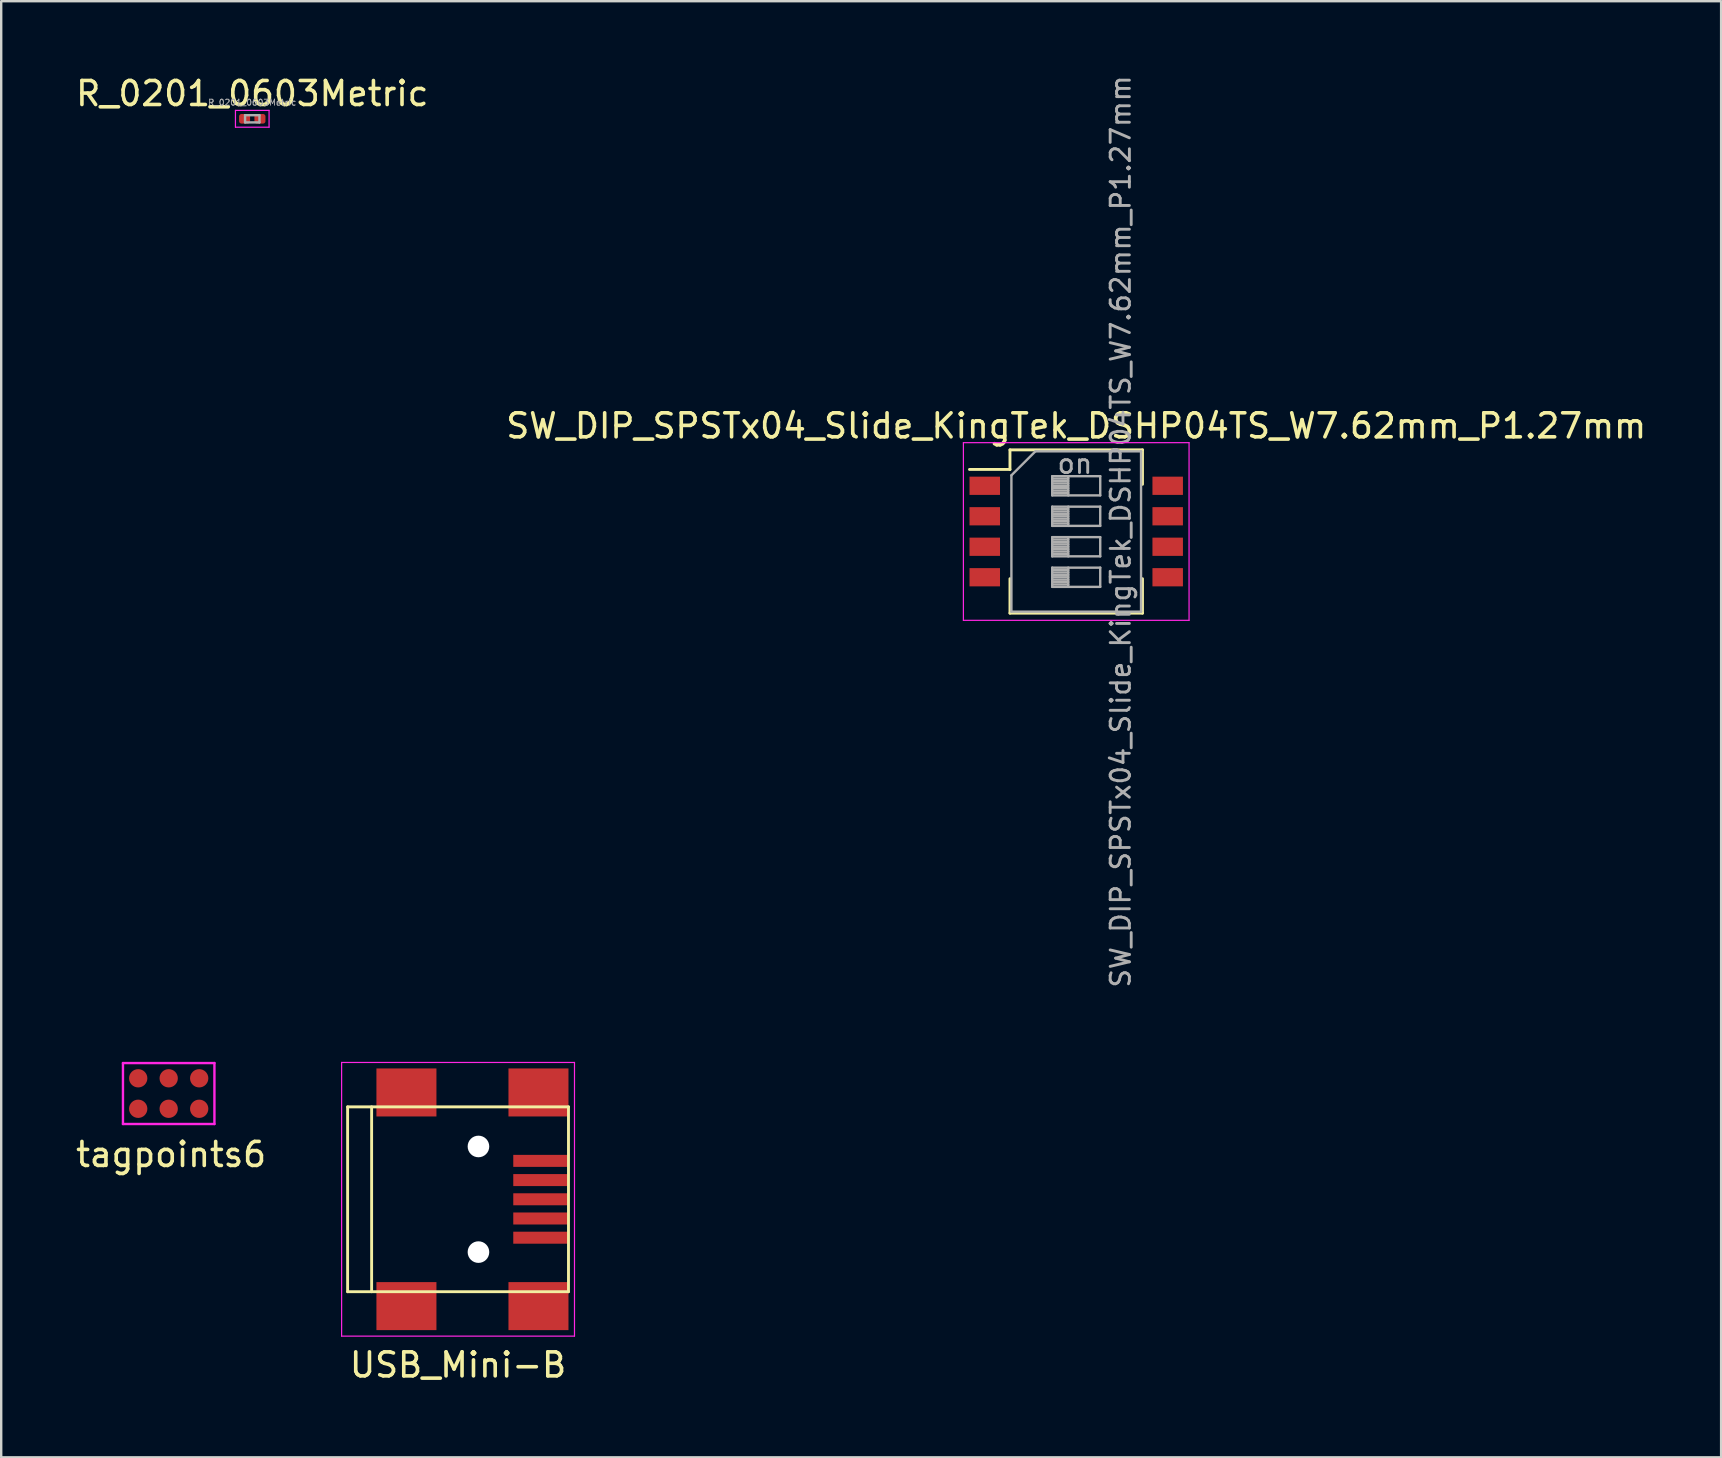
<source format=kicad_pcb>
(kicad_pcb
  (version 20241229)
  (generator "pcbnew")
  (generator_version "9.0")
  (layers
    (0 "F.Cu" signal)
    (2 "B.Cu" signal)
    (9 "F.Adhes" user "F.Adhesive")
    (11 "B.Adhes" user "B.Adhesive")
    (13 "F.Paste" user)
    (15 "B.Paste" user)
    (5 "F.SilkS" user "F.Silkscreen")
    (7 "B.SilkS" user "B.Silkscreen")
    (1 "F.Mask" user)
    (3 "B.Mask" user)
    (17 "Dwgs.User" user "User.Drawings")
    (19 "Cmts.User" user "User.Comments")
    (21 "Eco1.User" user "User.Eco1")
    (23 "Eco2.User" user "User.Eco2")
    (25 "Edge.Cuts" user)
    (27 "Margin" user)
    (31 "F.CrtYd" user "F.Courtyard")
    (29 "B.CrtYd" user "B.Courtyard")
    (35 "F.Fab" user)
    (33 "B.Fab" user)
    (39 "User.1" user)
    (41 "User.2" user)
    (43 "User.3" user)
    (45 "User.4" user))
  (footprint "USB_Mini-B"
    (layer "F.Cu")
    (at 16.68 46.906)
    (property "Reference" "USB_Mini-B" (at -0.65 6.9 0) (layer "F.SilkS") (effects (font (size 1 1) (thickness 0.15))))
    (attr smd)
    (fp_line (start -5.25 -3.85) (end -5.25 3.85) (stroke (width 0.12) (type solid)) (layer "F.SilkS"))
    (fp_line (start -5.25 3.85) (end 3.95 3.85) (stroke (width 0.12) (type solid)) (layer "F.SilkS"))
    (fp_line (start -4.25 -3.85) (end -4.25 3.85) (stroke (width 0.12) (type solid)) (layer "F.SilkS"))
    (fp_line (start 3.95 -3.85) (end -5.25 -3.85) (stroke (width 0.12) (type solid)) (layer "F.SilkS"))
    (fp_line (start 3.95 3.85) (end 3.95 -3.85) (stroke (width 0.12) (type solid)) (layer "F.SilkS"))
    (fp_line (start -5.5 -5.7) (end 4.2 -5.7) (stroke (width 0.05) (type solid)) (layer "F.CrtYd"))
    (fp_line (start -5.5 5.7) (end -5.5 -5.7) (stroke (width 0.05) (type solid)) (layer "F.CrtYd"))
    (fp_line (start 4.2 -5.7) (end 4.2 5.7) (stroke (width 0.05) (type solid)) (layer "F.CrtYd"))
    (fp_line (start 4.2 5.7) (end -5.5 5.7) (stroke (width 0.05) (type solid)) (layer "F.CrtYd"))
    (pad "" np_thru_hole circle (at 0.2 -2.2) (size 0.9 0.9) (drill 0.9) (layers "*.Cu" "*.Mask"))
    (pad "" np_thru_hole circle (at 0.2 2.2) (size 0.9 0.9) (drill 0.9) (layers "*.Cu" "*.Mask"))
    (pad "1" smd rect (at 2.8 -1.6) (size 2.3 0.5) (layers "F.Cu" "F.Mask"))
    (pad "2" smd rect (at 2.8 -0.8) (size 2.3 0.5) (layers "F.Cu" "F.Mask"))
    (pad "3" smd rect (at 2.8 0) (size 2.3 0.5) (layers "F.Cu" "F.Mask"))
    (pad "4" smd rect (at 2.8 0.8) (size 2.3 0.5) (layers "F.Cu" "F.Mask"))
    (pad "5" smd rect (at 2.8 1.6) (size 2.3 0.5) (layers "F.Cu" "F.Mask"))
    (pad "6" smd rect (at -2.8 -4.45) (size 2.5 2) (layers "F.Cu" "F.Mask"))
    (pad "6" smd rect (at -2.8 4.45) (size 2.5 2) (layers "F.Cu" "F.Mask"))
    (pad "6" smd rect (at 2.7 -4.45) (size 2.5 2) (layers "F.Cu" "F.Mask"))
    (pad "6" smd rect (at 2.7 4.45) (size 2.5 2) (layers "F.Cu" "F.Mask")))
  (footprint "tagpoints6"
    (layer "F.Cu")
    (at 3.977 42.501)
    (property "Reference" "tagpoints6" (at 0.1 2.54 0) (layer "F.SilkS") (effects (font (size 1 1) (thickness 0.15))))
    (attr smd)
    (fp_line (start -1.905 -1.27) (end 1.905 -1.27) (stroke (width 0.1) (type solid)) (layer "F.CrtYd"))
    (fp_line (start -1.905 1.27) (end -1.905 -1.27) (stroke (width 0.1) (type solid)) (layer "F.CrtYd"))
    (fp_line (start 1.905 -1.27) (end 1.905 1.27) (stroke (width 0.1) (type solid)) (layer "F.CrtYd"))
    (fp_line (start 1.905 1.27) (end -1.905 1.27) (stroke (width 0.1) (type solid)) (layer "F.CrtYd"))
    (pad "1" smd circle (at -1.27 0.635) (size 0.762 0.762) (layers "F.Cu" "F.Mask"))
    (pad "2" smd circle (at -1.27 -0.635) (size 0.762 0.762) (layers "F.Cu" "F.Mask"))
    (pad "3" smd circle (at 0 0.635) (size 0.762 0.762) (layers "F.Cu" "F.Mask"))
    (pad "4" smd circle (at 0 -0.635) (size 0.762 0.762) (layers "F.Cu" "F.Mask"))
    (pad "5" smd circle (at 1.27 0.635) (size 0.762 0.762) (layers "F.Cu" "F.Mask"))
    (pad "6" smd circle (at 1.27 -0.635) (size 0.762 0.762) (layers "F.Cu" "F.Mask")))
  (footprint "R_0201_0603Metric"
    (layer "F.Cu")
    (at 7.458 1.898)
    (property "Reference" "R_0201_0603Metric" (at 0 -1.05 180) (layer "F.SilkS") (effects (font (size 1 1) (thickness 0.15))))
    (attr smd)
    (fp_line (start -0.7 -0.35) (end 0.7 -0.35) (stroke (width 0.05) (type solid)) (layer "F.CrtYd"))
    (fp_line (start -0.7 0.35) (end -0.7 -0.35) (stroke (width 0.05) (type solid)) (layer "F.CrtYd"))
    (fp_line (start 0.7 -0.35) (end 0.7 0.35) (stroke (width 0.05) (type solid)) (layer "F.CrtYd"))
    (fp_line (start 0.7 0.35) (end -0.7 0.35) (stroke (width 0.05) (type solid)) (layer "F.CrtYd"))
    (fp_line (start -0.3 -0.15) (end 0.3 -0.15) (stroke (width 0.1) (type solid)) (layer "F.Fab"))
    (fp_line (start -0.3 0.15) (end -0.3 -0.15) (stroke (width 0.1) (type solid)) (layer "F.Fab"))
    (fp_line (start 0.3 -0.15) (end 0.3 0.15) (stroke (width 0.1) (type solid)) (layer "F.Fab"))
    (fp_line (start 0.3 0.15) (end -0.3 0.15) (stroke (width 0.1) (type solid)) (layer "F.Fab"))
    (fp_text user "${REFERENCE}" (at 0 -0.68 180) (layer "F.Fab") (effects (font (size 0.25 0.25) (thickness 0.04))))
    (pad "" smd roundrect (at -0.345 0) (size 0.318 0.36) (layers "F.Paste") (roundrect_rratio 0.25))
    (pad "" smd roundrect (at 0.345 0) (size 0.318 0.36) (layers "F.Paste") (roundrect_rratio 0.25))
    (pad "1" smd roundrect (at -0.32 0) (size 0.46 0.4) (layers "F.Cu" "F.Mask") (roundrect_rratio 0.25))
    (pad "2" smd roundrect (at 0.32 0) (size 0.46 0.4) (layers "F.Cu" "F.Mask") (roundrect_rratio 0.25)))
  (footprint "SW_DIP_SPSTx04_Slide_KingTek_DSHP04TS_W7.62mm_P1.27mm"
    (layer "F.Cu")
    (at 41.78 19.09)
    (property "Reference" "SW_DIP_SPSTx04_Slide_KingTek_DSHP04TS_W7.62mm_P1.27mm" (at 0 -4.4 0) (layer "F.SilkS") (effects (font (size 1 1) (thickness 0.15))))
    (attr smd)
    (fp_line (start -4.446 -2.585) (end -2.76 -2.585) (stroke (width 0.12) (type solid)) (layer "F.SilkS"))
    (fp_line (start -2.76 -3.401) (end -2.76 -2.585) (stroke (width 0.12) (type solid)) (layer "F.SilkS"))
    (fp_line (start -2.76 -3.401) (end 2.76 -3.401) (stroke (width 0.12) (type solid)) (layer "F.SilkS"))
    (fp_line (start -2.76 1.966) (end -2.76 3.401) (stroke (width 0.12) (type solid)) (layer "F.SilkS"))
    (fp_line (start -2.76 3.401) (end 2.76 3.401) (stroke (width 0.12) (type solid)) (layer "F.SilkS"))
    (fp_line (start 2.76 -3.401) (end 2.76 -1.966) (stroke (width 0.12) (type solid)) (layer "F.SilkS"))
    (fp_line (start 2.76 1.966) (end 2.76 3.401) (stroke (width 0.12) (type solid)) (layer "F.SilkS"))
    (fp_line (start -4.7 -3.7) (end -4.7 3.7) (stroke (width 0.05) (type solid)) (layer "F.CrtYd"))
    (fp_line (start -4.7 3.7) (end 4.7 3.7) (stroke (width 0.05) (type solid)) (layer "F.CrtYd"))
    (fp_line (start 4.7 -3.7) (end -4.7 -3.7) (stroke (width 0.05) (type solid)) (layer "F.CrtYd"))
    (fp_line (start 4.7 3.7) (end 4.7 -3.7) (stroke (width 0.05) (type solid)) (layer "F.CrtYd"))
    (fp_line (start -2.7 -2.34) (end -1.7 -3.34) (stroke (width 0.1) (type solid)) (layer "F.Fab"))
    (fp_line (start -2.7 3.34) (end -2.7 -2.34) (stroke (width 0.1) (type solid)) (layer "F.Fab"))
    (fp_line (start -1.7 -3.34) (end 2.7 -3.34) (stroke (width 0.1) (type solid)) (layer "F.Fab"))
    (fp_line (start -1 -2.305) (end -1 -1.505) (stroke (width 0.1) (type solid)) (layer "F.Fab"))
    (fp_line (start -1 -2.205) (end -0.333 -2.205) (stroke (width 0.1) (type solid)) (layer "F.Fab"))
    (fp_line (start -1 -2.105) (end -0.333 -2.105) (stroke (width 0.1) (type solid)) (layer "F.Fab"))
    (fp_line (start -1 -2.005) (end -0.333 -2.005) (stroke (width 0.1) (type solid)) (layer "F.Fab"))
    (fp_line (start -1 -1.905) (end -0.333 -1.905) (stroke (width 0.1) (type solid)) (layer "F.Fab"))
    (fp_line (start -1 -1.805) (end -0.333 -1.805) (stroke (width 0.1) (type solid)) (layer "F.Fab"))
    (fp_line (start -1 -1.705) (end -0.333 -1.705) (stroke (width 0.1) (type solid)) (layer "F.Fab"))
    (fp_line (start -1 -1.605) (end -0.333 -1.605) (stroke (width 0.1) (type solid)) (layer "F.Fab"))
    (fp_line (start -1 -1.505) (end 1 -1.505) (stroke (width 0.1) (type solid)) (layer "F.Fab"))
    (fp_line (start -1 -1.035) (end -1 -0.235) (stroke (width 0.1) (type solid)) (layer "F.Fab"))
    (fp_line (start -1 -0.935) (end -0.333 -0.935) (stroke (width 0.1) (type solid)) (layer "F.Fab"))
    (fp_line (start -1 -0.835) (end -0.333 -0.835) (stroke (width 0.1) (type solid)) (layer "F.Fab"))
    (fp_line (start -1 -0.735) (end -0.333 -0.735) (stroke (width 0.1) (type solid)) (layer "F.Fab"))
    (fp_line (start -1 -0.635) (end -0.333 -0.635) (stroke (width 0.1) (type solid)) (layer "F.Fab"))
    (fp_line (start -1 -0.535) (end -0.333 -0.535) (stroke (width 0.1) (type solid)) (layer "F.Fab"))
    (fp_line (start -1 -0.435) (end -0.333 -0.435) (stroke (width 0.1) (type solid)) (layer "F.Fab"))
    (fp_line (start -1 -0.335) (end -0.333 -0.335) (stroke (width 0.1) (type solid)) (layer "F.Fab"))
    (fp_line (start -1 -0.235) (end 1 -0.235) (stroke (width 0.1) (type solid)) (layer "F.Fab"))
    (fp_line (start -1 0.235) (end -1 1.035) (stroke (width 0.1) (type solid)) (layer "F.Fab"))
    (fp_line (start -1 0.335) (end -0.333 0.335) (stroke (width 0.1) (type solid)) (layer "F.Fab"))
    (fp_line (start -1 0.435) (end -0.333 0.435) (stroke (width 0.1) (type solid)) (layer "F.Fab"))
    (fp_line (start -1 0.535) (end -0.333 0.535) (stroke (width 0.1) (type solid)) (layer "F.Fab"))
    (fp_line (start -1 0.635) (end -0.333 0.635) (stroke (width 0.1) (type solid)) (layer "F.Fab"))
    (fp_line (start -1 0.735) (end -0.333 0.735) (stroke (width 0.1) (type solid)) (layer "F.Fab"))
    (fp_line (start -1 0.835) (end -0.333 0.835) (stroke (width 0.1) (type solid)) (layer "F.Fab"))
    (fp_line (start -1 0.935) (end -0.333 0.935) (stroke (width 0.1) (type solid)) (layer "F.Fab"))
    (fp_line (start -1 1.035) (end 1 1.035) (stroke (width 0.1) (type solid)) (layer "F.Fab"))
    (fp_line (start -1 1.505) (end -1 2.305) (stroke (width 0.1) (type solid)) (layer "F.Fab"))
    (fp_line (start -1 1.605) (end -0.333 1.605) (stroke (width 0.1) (type solid)) (layer "F.Fab"))
    (fp_line (start -1 1.705) (end -0.333 1.705) (stroke (width 0.1) (type solid)) (layer "F.Fab"))
    (fp_line (start -1 1.805) (end -0.333 1.805) (stroke (width 0.1) (type solid)) (layer "F.Fab"))
    (fp_line (start -1 1.905) (end -0.333 1.905) (stroke (width 0.1) (type solid)) (layer "F.Fab"))
    (fp_line (start -1 2.005) (end -0.333 2.005) (stroke (width 0.1) (type solid)) (layer "F.Fab"))
    (fp_line (start -1 2.105) (end -0.333 2.105) (stroke (width 0.1) (type solid)) (layer "F.Fab"))
    (fp_line (start -1 2.205) (end -0.333 2.205) (stroke (width 0.1) (type solid)) (layer "F.Fab"))
    (fp_line (start -1 2.305) (end 1 2.305) (stroke (width 0.1) (type solid)) (layer "F.Fab"))
    (fp_line (start -0.333 -2.305) (end -0.333 -1.505) (stroke (width 0.1) (type solid)) (layer "F.Fab"))
    (fp_line (start -0.333 -1.035) (end -0.333 -0.235) (stroke (width 0.1) (type solid)) (layer "F.Fab"))
    (fp_line (start -0.333 0.235) (end -0.333 1.035) (stroke (width 0.1) (type solid)) (layer "F.Fab"))
    (fp_line (start -0.333 1.505) (end -0.333 2.305) (stroke (width 0.1) (type solid)) (layer "F.Fab"))
    (fp_line (start 1 -2.305) (end -1 -2.305) (stroke (width 0.1) (type solid)) (layer "F.Fab"))
    (fp_line (start 1 -1.505) (end 1 -2.305) (stroke (width 0.1) (type solid)) (layer "F.Fab"))
    (fp_line (start 1 -1.035) (end -1 -1.035) (stroke (width 0.1) (type solid)) (layer "F.Fab"))
    (fp_line (start 1 -0.235) (end 1 -1.035) (stroke (width 0.1) (type solid)) (layer "F.Fab"))
    (fp_line (start 1 0.235) (end -1 0.235) (stroke (width 0.1) (type solid)) (layer "F.Fab"))
    (fp_line (start 1 1.035) (end 1 0.235) (stroke (width 0.1) (type solid)) (layer "F.Fab"))
    (fp_line (start 1 1.505) (end -1 1.505) (stroke (width 0.1) (type solid)) (layer "F.Fab"))
    (fp_line (start 1 2.305) (end 1 1.505) (stroke (width 0.1) (type solid)) (layer "F.Fab"))
    (fp_line (start 2.7 -3.34) (end 2.7 3.34) (stroke (width 0.1) (type solid)) (layer "F.Fab"))
    (fp_line (start 2.7 3.34) (end -2.7 3.34) (stroke (width 0.1) (type solid)) (layer "F.Fab"))
    (fp_text user "${REFERENCE}" (at 1.85 0 90) (layer "F.Fab") (effects (font (size 0.8 0.8) (thickness 0.12))))
    (fp_text user "on" (at -0.055 -2.822 0) (layer "F.Fab") (effects (font (size 0.8 0.8) (thickness 0.12))))
    (pad "1" smd rect (at -3.81 -1.905) (size 1.27 0.76) (layers "F.Cu" "F.Mask"))
    (pad "2" smd rect (at -3.81 -0.635) (size 1.27 0.76) (layers "F.Cu" "F.Mask"))
    (pad "3" smd rect (at -3.81 0.635) (size 1.27 0.76) (layers "F.Cu" "F.Mask"))
    (pad "4" smd rect (at -3.81 1.905) (size 1.27 0.76) (layers "F.Cu" "F.Mask"))
    (pad "5" smd rect (at 3.81 1.905) (size 1.27 0.76) (layers "F.Cu" "F.Mask"))
    (pad "6" smd rect (at 3.81 0.635) (size 1.27 0.76) (layers "F.Cu" "F.Mask"))
    (pad "7" smd rect (at 3.81 -0.635) (size 1.27 0.76) (layers "F.Cu" "F.Mask"))
    (pad "8" smd rect (at 3.81 -1.905) (size 1.27 0.76) (layers "F.Cu" "F.Mask")))
  (gr_rect
    (start -3 -3)
    (end 68.643 57.654)
    (stroke (width 0.1) (type default))
    (fill no)
    (layer "Edge.Cuts")))
</source>
